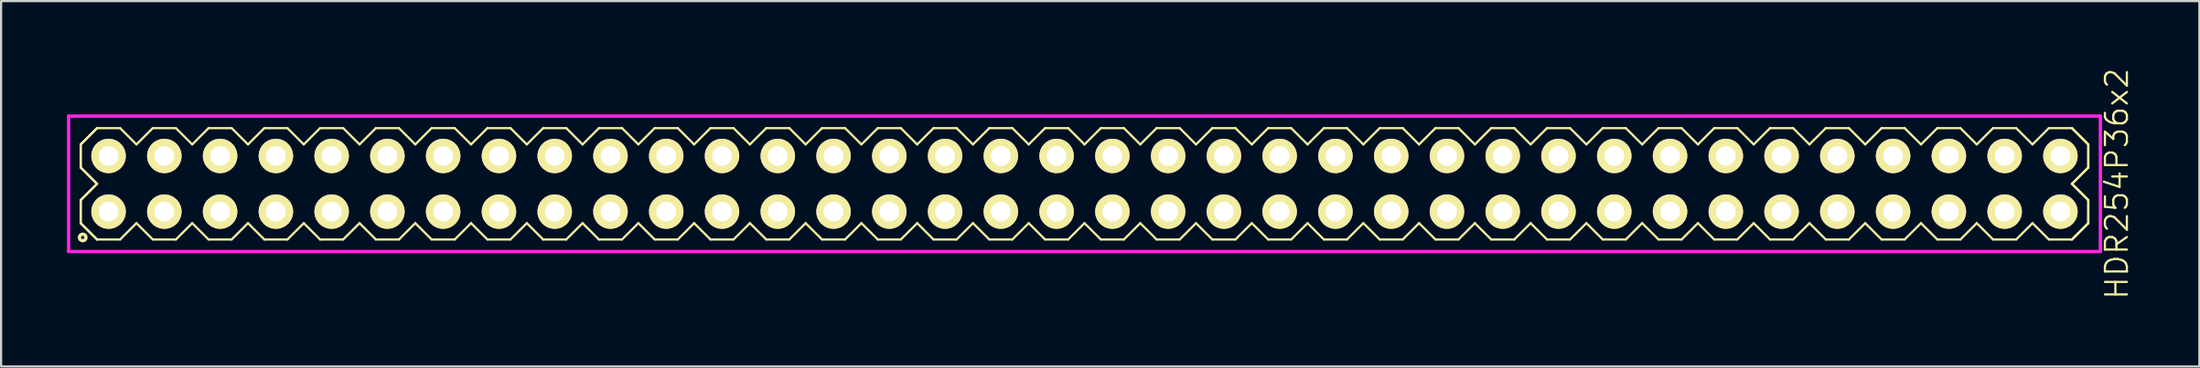
<source format=kicad_pcb>
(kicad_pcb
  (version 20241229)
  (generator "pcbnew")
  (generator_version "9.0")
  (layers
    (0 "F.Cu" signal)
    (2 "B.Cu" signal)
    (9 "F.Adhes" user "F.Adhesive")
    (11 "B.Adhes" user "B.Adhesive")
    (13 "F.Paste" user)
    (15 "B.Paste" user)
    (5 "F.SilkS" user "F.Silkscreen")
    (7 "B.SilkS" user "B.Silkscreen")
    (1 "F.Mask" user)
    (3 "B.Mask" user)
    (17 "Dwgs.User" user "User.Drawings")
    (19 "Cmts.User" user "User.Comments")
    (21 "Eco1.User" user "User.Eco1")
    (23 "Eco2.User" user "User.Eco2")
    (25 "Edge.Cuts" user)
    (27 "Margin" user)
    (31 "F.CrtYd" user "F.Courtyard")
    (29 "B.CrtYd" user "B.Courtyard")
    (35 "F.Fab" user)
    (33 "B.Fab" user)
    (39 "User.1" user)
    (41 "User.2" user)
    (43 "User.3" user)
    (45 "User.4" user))
  (footprint "HDR254P36x2"
    (layer "F.Cu")
    (at 46.345 5.336)
    (property "Reference" "HDR254P36x2" (at 47.02 0 90) (layer "F.SilkS") (effects (font (size 1 1) (thickness 0.1))))
    (attr through_hole)
    (fp_line (start -45.72 -1.796) (end -44.976 -2.54) (stroke (width 0.1) (type solid)) (layer "F.SilkS"))
    (fp_line (start -45.72 -1.796) (end -44.976 -2.54) (stroke (width 0.1) (type solid)) (layer "F.SilkS"))
    (fp_line (start -45.72 -0.744) (end -45.72 -1.796) (stroke (width 0.1) (type solid)) (layer "F.SilkS"))
    (fp_line (start -45.72 -0.744) (end -45.72 -1.796) (stroke (width 0.1) (type solid)) (layer "F.SilkS"))
    (fp_line (start -45.72 0.744) (end -44.976 0) (stroke (width 0.1) (type solid)) (layer "F.SilkS"))
    (fp_line (start -45.72 0.744) (end -44.976 0) (stroke (width 0.1) (type solid)) (layer "F.SilkS"))
    (fp_line (start -45.72 1.796) (end -45.72 0.744) (stroke (width 0.1) (type solid)) (layer "F.SilkS"))
    (fp_line (start -45.72 1.796) (end -45.72 0.744) (stroke (width 0.1) (type solid)) (layer "F.SilkS"))
    (fp_line (start -44.976 -2.54) (end -43.924 -2.54) (stroke (width 0.1) (type solid)) (layer "F.SilkS"))
    (fp_line (start -44.976 0) (end -45.72 -0.744) (stroke (width 0.1) (type solid)) (layer "F.SilkS"))
    (fp_line (start -44.976 0) (end -45.72 -0.744) (stroke (width 0.1) (type solid)) (layer "F.SilkS"))
    (fp_line (start -44.976 2.54) (end -45.72 1.796) (stroke (width 0.1) (type solid)) (layer "F.SilkS"))
    (fp_line (start -44.976 2.54) (end -45.72 1.796) (stroke (width 0.1) (type solid)) (layer "F.SilkS"))
    (fp_line (start -43.924 -2.54) (end -43.18 -1.796) (stroke (width 0.1) (type solid)) (layer "F.SilkS"))
    (fp_line (start -43.924 2.54) (end -44.976 2.54) (stroke (width 0.1) (type solid)) (layer "F.SilkS"))
    (fp_line (start -43.18 -1.796) (end -42.436 -2.54) (stroke (width 0.1) (type solid)) (layer "F.SilkS"))
    (fp_line (start -43.18 1.796) (end -43.924 2.54) (stroke (width 0.1) (type solid)) (layer "F.SilkS"))
    (fp_line (start -42.436 -2.54) (end -41.384 -2.54) (stroke (width 0.1) (type solid)) (layer "F.SilkS"))
    (fp_line (start -42.436 2.54) (end -43.18 1.796) (stroke (width 0.1) (type solid)) (layer "F.SilkS"))
    (fp_line (start -41.384 -2.54) (end -40.64 -1.796) (stroke (width 0.1) (type solid)) (layer "F.SilkS"))
    (fp_line (start -41.384 2.54) (end -42.436 2.54) (stroke (width 0.1) (type solid)) (layer "F.SilkS"))
    (fp_line (start -40.64 -1.796) (end -39.896 -2.54) (stroke (width 0.1) (type solid)) (layer "F.SilkS"))
    (fp_line (start -40.64 1.796) (end -41.384 2.54) (stroke (width 0.1) (type solid)) (layer "F.SilkS"))
    (fp_line (start -39.896 -2.54) (end -38.844 -2.54) (stroke (width 0.1) (type solid)) (layer "F.SilkS"))
    (fp_line (start -39.896 2.54) (end -40.64 1.796) (stroke (width 0.1) (type solid)) (layer "F.SilkS"))
    (fp_line (start -38.844 -2.54) (end -38.1 -1.796) (stroke (width 0.1) (type solid)) (layer "F.SilkS"))
    (fp_line (start -38.844 2.54) (end -39.896 2.54) (stroke (width 0.1) (type solid)) (layer "F.SilkS"))
    (fp_line (start -38.1 -1.796) (end -37.356 -2.54) (stroke (width 0.1) (type solid)) (layer "F.SilkS"))
    (fp_line (start -38.1 1.796) (end -38.844 2.54) (stroke (width 0.1) (type solid)) (layer "F.SilkS"))
    (fp_line (start -37.356 -2.54) (end -36.304 -2.54) (stroke (width 0.1) (type solid)) (layer "F.SilkS"))
    (fp_line (start -37.356 2.54) (end -38.1 1.796) (stroke (width 0.1) (type solid)) (layer "F.SilkS"))
    (fp_line (start -36.304 -2.54) (end -35.56 -1.796) (stroke (width 0.1) (type solid)) (layer "F.SilkS"))
    (fp_line (start -36.304 2.54) (end -37.356 2.54) (stroke (width 0.1) (type solid)) (layer "F.SilkS"))
    (fp_line (start -35.56 -1.796) (end -34.816 -2.54) (stroke (width 0.1) (type solid)) (layer "F.SilkS"))
    (fp_line (start -35.56 1.796) (end -36.304 2.54) (stroke (width 0.1) (type solid)) (layer "F.SilkS"))
    (fp_line (start -34.816 -2.54) (end -33.764 -2.54) (stroke (width 0.1) (type solid)) (layer "F.SilkS"))
    (fp_line (start -34.816 2.54) (end -35.56 1.796) (stroke (width 0.1) (type solid)) (layer "F.SilkS"))
    (fp_line (start -33.764 -2.54) (end -33.02 -1.796) (stroke (width 0.1) (type solid)) (layer "F.SilkS"))
    (fp_line (start -33.764 2.54) (end -34.816 2.54) (stroke (width 0.1) (type solid)) (layer "F.SilkS"))
    (fp_line (start -33.02 -1.796) (end -32.276 -2.54) (stroke (width 0.1) (type solid)) (layer "F.SilkS"))
    (fp_line (start -33.02 1.796) (end -33.764 2.54) (stroke (width 0.1) (type solid)) (layer "F.SilkS"))
    (fp_line (start -32.276 -2.54) (end -31.224 -2.54) (stroke (width 0.1) (type solid)) (layer "F.SilkS"))
    (fp_line (start -32.276 2.54) (end -33.02 1.796) (stroke (width 0.1) (type solid)) (layer "F.SilkS"))
    (fp_line (start -31.224 -2.54) (end -30.48 -1.796) (stroke (width 0.1) (type solid)) (layer "F.SilkS"))
    (fp_line (start -31.224 2.54) (end -32.276 2.54) (stroke (width 0.1) (type solid)) (layer "F.SilkS"))
    (fp_line (start -30.48 -1.796) (end -29.736 -2.54) (stroke (width 0.1) (type solid)) (layer "F.SilkS"))
    (fp_line (start -30.48 1.796) (end -31.224 2.54) (stroke (width 0.1) (type solid)) (layer "F.SilkS"))
    (fp_line (start -29.736 -2.54) (end -28.684 -2.54) (stroke (width 0.1) (type solid)) (layer "F.SilkS"))
    (fp_line (start -29.736 2.54) (end -30.48 1.796) (stroke (width 0.1) (type solid)) (layer "F.SilkS"))
    (fp_line (start -28.684 -2.54) (end -27.94 -1.796) (stroke (width 0.1) (type solid)) (layer "F.SilkS"))
    (fp_line (start -28.684 2.54) (end -29.736 2.54) (stroke (width 0.1) (type solid)) (layer "F.SilkS"))
    (fp_line (start -27.94 -1.796) (end -27.196 -2.54) (stroke (width 0.1) (type solid)) (layer "F.SilkS"))
    (fp_line (start -27.94 1.796) (end -28.684 2.54) (stroke (width 0.1) (type solid)) (layer "F.SilkS"))
    (fp_line (start -27.196 -2.54) (end -26.144 -2.54) (stroke (width 0.1) (type solid)) (layer "F.SilkS"))
    (fp_line (start -27.196 2.54) (end -27.94 1.796) (stroke (width 0.1) (type solid)) (layer "F.SilkS"))
    (fp_line (start -26.144 -2.54) (end -25.4 -1.796) (stroke (width 0.1) (type solid)) (layer "F.SilkS"))
    (fp_line (start -26.144 2.54) (end -27.196 2.54) (stroke (width 0.1) (type solid)) (layer "F.SilkS"))
    (fp_line (start -25.4 -1.796) (end -24.656 -2.54) (stroke (width 0.1) (type solid)) (layer "F.SilkS"))
    (fp_line (start -25.4 1.796) (end -26.144 2.54) (stroke (width 0.1) (type solid)) (layer "F.SilkS"))
    (fp_line (start -24.656 -2.54) (end -23.604 -2.54) (stroke (width 0.1) (type solid)) (layer "F.SilkS"))
    (fp_line (start -24.656 2.54) (end -25.4 1.796) (stroke (width 0.1) (type solid)) (layer "F.SilkS"))
    (fp_line (start -23.604 -2.54) (end -22.86 -1.796) (stroke (width 0.1) (type solid)) (layer "F.SilkS"))
    (fp_line (start -23.604 2.54) (end -24.656 2.54) (stroke (width 0.1) (type solid)) (layer "F.SilkS"))
    (fp_line (start -22.86 -1.796) (end -22.116 -2.54) (stroke (width 0.1) (type solid)) (layer "F.SilkS"))
    (fp_line (start -22.86 1.796) (end -23.604 2.54) (stroke (width 0.1) (type solid)) (layer "F.SilkS"))
    (fp_line (start -22.116 -2.54) (end -21.064 -2.54) (stroke (width 0.1) (type solid)) (layer "F.SilkS"))
    (fp_line (start -22.116 2.54) (end -22.86 1.796) (stroke (width 0.1) (type solid)) (layer "F.SilkS"))
    (fp_line (start -21.064 -2.54) (end -20.32 -1.796) (stroke (width 0.1) (type solid)) (layer "F.SilkS"))
    (fp_line (start -21.064 2.54) (end -22.116 2.54) (stroke (width 0.1) (type solid)) (layer "F.SilkS"))
    (fp_line (start -20.32 -1.796) (end -19.576 -2.54) (stroke (width 0.1) (type solid)) (layer "F.SilkS"))
    (fp_line (start -20.32 1.796) (end -21.064 2.54) (stroke (width 0.1) (type solid)) (layer "F.SilkS"))
    (fp_line (start -19.576 -2.54) (end -18.524 -2.54) (stroke (width 0.1) (type solid)) (layer "F.SilkS"))
    (fp_line (start -19.576 2.54) (end -20.32 1.796) (stroke (width 0.1) (type solid)) (layer "F.SilkS"))
    (fp_line (start -18.524 -2.54) (end -17.78 -1.796) (stroke (width 0.1) (type solid)) (layer "F.SilkS"))
    (fp_line (start -18.524 2.54) (end -19.576 2.54) (stroke (width 0.1) (type solid)) (layer "F.SilkS"))
    (fp_line (start -17.78 -1.796) (end -17.036 -2.54) (stroke (width 0.1) (type solid)) (layer "F.SilkS"))
    (fp_line (start -17.78 1.796) (end -18.524 2.54) (stroke (width 0.1) (type solid)) (layer "F.SilkS"))
    (fp_line (start -17.036 -2.54) (end -15.984 -2.54) (stroke (width 0.1) (type solid)) (layer "F.SilkS"))
    (fp_line (start -17.036 2.54) (end -17.78 1.796) (stroke (width 0.1) (type solid)) (layer "F.SilkS"))
    (fp_line (start -15.984 -2.54) (end -15.24 -1.796) (stroke (width 0.1) (type solid)) (layer "F.SilkS"))
    (fp_line (start -15.984 2.54) (end -17.036 2.54) (stroke (width 0.1) (type solid)) (layer "F.SilkS"))
    (fp_line (start -15.24 -1.796) (end -14.496 -2.54) (stroke (width 0.1) (type solid)) (layer "F.SilkS"))
    (fp_line (start -15.24 1.796) (end -15.984 2.54) (stroke (width 0.1) (type solid)) (layer "F.SilkS"))
    (fp_line (start -14.496 -2.54) (end -13.444 -2.54) (stroke (width 0.1) (type solid)) (layer "F.SilkS"))
    (fp_line (start -14.496 2.54) (end -15.24 1.796) (stroke (width 0.1) (type solid)) (layer "F.SilkS"))
    (fp_line (start -13.444 -2.54) (end -12.7 -1.796) (stroke (width 0.1) (type solid)) (layer "F.SilkS"))
    (fp_line (start -13.444 2.54) (end -14.496 2.54) (stroke (width 0.1) (type solid)) (layer "F.SilkS"))
    (fp_line (start -12.7 -1.796) (end -11.956 -2.54) (stroke (width 0.1) (type solid)) (layer "F.SilkS"))
    (fp_line (start -12.7 1.796) (end -13.444 2.54) (stroke (width 0.1) (type solid)) (layer "F.SilkS"))
    (fp_line (start -11.956 -2.54) (end -10.904 -2.54) (stroke (width 0.1) (type solid)) (layer "F.SilkS"))
    (fp_line (start -11.956 2.54) (end -12.7 1.796) (stroke (width 0.1) (type solid)) (layer "F.SilkS"))
    (fp_line (start -10.904 -2.54) (end -10.16 -1.796) (stroke (width 0.1) (type solid)) (layer "F.SilkS"))
    (fp_line (start -10.904 2.54) (end -11.956 2.54) (stroke (width 0.1) (type solid)) (layer "F.SilkS"))
    (fp_line (start -10.16 -1.796) (end -9.416 -2.54) (stroke (width 0.1) (type solid)) (layer "F.SilkS"))
    (fp_line (start -10.16 1.796) (end -10.904 2.54) (stroke (width 0.1) (type solid)) (layer "F.SilkS"))
    (fp_line (start -9.416 -2.54) (end -8.364 -2.54) (stroke (width 0.1) (type solid)) (layer "F.SilkS"))
    (fp_line (start -9.416 2.54) (end -10.16 1.796) (stroke (width 0.1) (type solid)) (layer "F.SilkS"))
    (fp_line (start -8.364 -2.54) (end -7.62 -1.796) (stroke (width 0.1) (type solid)) (layer "F.SilkS"))
    (fp_line (start -8.364 2.54) (end -9.416 2.54) (stroke (width 0.1) (type solid)) (layer "F.SilkS"))
    (fp_line (start -7.62 -1.796) (end -6.876 -2.54) (stroke (width 0.1) (type solid)) (layer "F.SilkS"))
    (fp_line (start -7.62 1.796) (end -8.364 2.54) (stroke (width 0.1) (type solid)) (layer "F.SilkS"))
    (fp_line (start -6.876 -2.54) (end -5.824 -2.54) (stroke (width 0.1) (type solid)) (layer "F.SilkS"))
    (fp_line (start -6.876 2.54) (end -7.62 1.796) (stroke (width 0.1) (type solid)) (layer "F.SilkS"))
    (fp_line (start -5.824 -2.54) (end -5.08 -1.796) (stroke (width 0.1) (type solid)) (layer "F.SilkS"))
    (fp_line (start -5.824 2.54) (end -6.876 2.54) (stroke (width 0.1) (type solid)) (layer "F.SilkS"))
    (fp_line (start -5.08 -1.796) (end -4.336 -2.54) (stroke (width 0.1) (type solid)) (layer "F.SilkS"))
    (fp_line (start -5.08 1.796) (end -5.824 2.54) (stroke (width 0.1) (type solid)) (layer "F.SilkS"))
    (fp_line (start -4.336 -2.54) (end -3.284 -2.54) (stroke (width 0.1) (type solid)) (layer "F.SilkS"))
    (fp_line (start -4.336 2.54) (end -5.08 1.796) (stroke (width 0.1) (type solid)) (layer "F.SilkS"))
    (fp_line (start -3.284 -2.54) (end -2.54 -1.796) (stroke (width 0.1) (type solid)) (layer "F.SilkS"))
    (fp_line (start -3.284 2.54) (end -4.336 2.54) (stroke (width 0.1) (type solid)) (layer "F.SilkS"))
    (fp_line (start -2.54 -1.796) (end -1.796 -2.54) (stroke (width 0.1) (type solid)) (layer "F.SilkS"))
    (fp_line (start -2.54 1.796) (end -3.284 2.54) (stroke (width 0.1) (type solid)) (layer "F.SilkS"))
    (fp_line (start -1.796 -2.54) (end -0.744 -2.54) (stroke (width 0.1) (type solid)) (layer "F.SilkS"))
    (fp_line (start -1.796 2.54) (end -2.54 1.796) (stroke (width 0.1) (type solid)) (layer "F.SilkS"))
    (fp_line (start -0.744 -2.54) (end 0 -1.796) (stroke (width 0.1) (type solid)) (layer "F.SilkS"))
    (fp_line (start -0.744 2.54) (end -1.796 2.54) (stroke (width 0.1) (type solid)) (layer "F.SilkS"))
    (fp_line (start 0 -1.796) (end 0.744 -2.54) (stroke (width 0.1) (type solid)) (layer "F.SilkS"))
    (fp_line (start 0 1.796) (end -0.744 2.54) (stroke (width 0.1) (type solid)) (layer "F.SilkS"))
    (fp_line (start 0.744 -2.54) (end 1.796 -2.54) (stroke (width 0.1) (type solid)) (layer "F.SilkS"))
    (fp_line (start 0.744 2.54) (end 0 1.796) (stroke (width 0.1) (type solid)) (layer "F.SilkS"))
    (fp_line (start 1.796 -2.54) (end 2.54 -1.796) (stroke (width 0.1) (type solid)) (layer "F.SilkS"))
    (fp_line (start 1.796 2.54) (end 0.744 2.54) (stroke (width 0.1) (type solid)) (layer "F.SilkS"))
    (fp_line (start 2.54 -1.796) (end 3.284 -2.54) (stroke (width 0.1) (type solid)) (layer "F.SilkS"))
    (fp_line (start 2.54 1.796) (end 1.796 2.54) (stroke (width 0.1) (type solid)) (layer "F.SilkS"))
    (fp_line (start 3.284 -2.54) (end 4.336 -2.54) (stroke (width 0.1) (type solid)) (layer "F.SilkS"))
    (fp_line (start 3.284 2.54) (end 2.54 1.796) (stroke (width 0.1) (type solid)) (layer "F.SilkS"))
    (fp_line (start 4.336 -2.54) (end 5.08 -1.796) (stroke (width 0.1) (type solid)) (layer "F.SilkS"))
    (fp_line (start 4.336 2.54) (end 3.284 2.54) (stroke (width 0.1) (type solid)) (layer "F.SilkS"))
    (fp_line (start 5.08 -1.796) (end 5.824 -2.54) (stroke (width 0.1) (type solid)) (layer "F.SilkS"))
    (fp_line (start 5.08 1.796) (end 4.336 2.54) (stroke (width 0.1) (type solid)) (layer "F.SilkS"))
    (fp_line (start 5.824 -2.54) (end 6.876 -2.54) (stroke (width 0.1) (type solid)) (layer "F.SilkS"))
    (fp_line (start 5.824 2.54) (end 5.08 1.796) (stroke (width 0.1) (type solid)) (layer "F.SilkS"))
    (fp_line (start 6.876 -2.54) (end 7.62 -1.796) (stroke (width 0.1) (type solid)) (layer "F.SilkS"))
    (fp_line (start 6.876 2.54) (end 5.824 2.54) (stroke (width 0.1) (type solid)) (layer "F.SilkS"))
    (fp_line (start 7.62 -1.796) (end 8.364 -2.54) (stroke (width 0.1) (type solid)) (layer "F.SilkS"))
    (fp_line (start 7.62 1.796) (end 6.876 2.54) (stroke (width 0.1) (type solid)) (layer "F.SilkS"))
    (fp_line (start 8.364 -2.54) (end 9.416 -2.54) (stroke (width 0.1) (type solid)) (layer "F.SilkS"))
    (fp_line (start 8.364 2.54) (end 7.62 1.796) (stroke (width 0.1) (type solid)) (layer "F.SilkS"))
    (fp_line (start 9.416 -2.54) (end 10.16 -1.796) (stroke (width 0.1) (type solid)) (layer "F.SilkS"))
    (fp_line (start 9.416 2.54) (end 8.364 2.54) (stroke (width 0.1) (type solid)) (layer "F.SilkS"))
    (fp_line (start 10.16 -1.796) (end 10.904 -2.54) (stroke (width 0.1) (type solid)) (layer "F.SilkS"))
    (fp_line (start 10.16 1.796) (end 9.416 2.54) (stroke (width 0.1) (type solid)) (layer "F.SilkS"))
    (fp_line (start 10.904 -2.54) (end 11.956 -2.54) (stroke (width 0.1) (type solid)) (layer "F.SilkS"))
    (fp_line (start 10.904 2.54) (end 10.16 1.796) (stroke (width 0.1) (type solid)) (layer "F.SilkS"))
    (fp_line (start 11.956 -2.54) (end 12.7 -1.796) (stroke (width 0.1) (type solid)) (layer "F.SilkS"))
    (fp_line (start 11.956 2.54) (end 10.904 2.54) (stroke (width 0.1) (type solid)) (layer "F.SilkS"))
    (fp_line (start 12.7 -1.796) (end 13.444 -2.54) (stroke (width 0.1) (type solid)) (layer "F.SilkS"))
    (fp_line (start 12.7 1.796) (end 11.956 2.54) (stroke (width 0.1) (type solid)) (layer "F.SilkS"))
    (fp_line (start 13.444 -2.54) (end 14.496 -2.54) (stroke (width 0.1) (type solid)) (layer "F.SilkS"))
    (fp_line (start 13.444 2.54) (end 12.7 1.796) (stroke (width 0.1) (type solid)) (layer "F.SilkS"))
    (fp_line (start 14.496 -2.54) (end 15.24 -1.796) (stroke (width 0.1) (type solid)) (layer "F.SilkS"))
    (fp_line (start 14.496 2.54) (end 13.444 2.54) (stroke (width 0.1) (type solid)) (layer "F.SilkS"))
    (fp_line (start 15.24 -1.796) (end 15.984 -2.54) (stroke (width 0.1) (type solid)) (layer "F.SilkS"))
    (fp_line (start 15.24 1.796) (end 14.496 2.54) (stroke (width 0.1) (type solid)) (layer "F.SilkS"))
    (fp_line (start 15.984 -2.54) (end 17.036 -2.54) (stroke (width 0.1) (type solid)) (layer "F.SilkS"))
    (fp_line (start 15.984 2.54) (end 15.24 1.796) (stroke (width 0.1) (type solid)) (layer "F.SilkS"))
    (fp_line (start 17.036 -2.54) (end 17.78 -1.796) (stroke (width 0.1) (type solid)) (layer "F.SilkS"))
    (fp_line (start 17.036 2.54) (end 15.984 2.54) (stroke (width 0.1) (type solid)) (layer "F.SilkS"))
    (fp_line (start 17.78 -1.796) (end 18.524 -2.54) (stroke (width 0.1) (type solid)) (layer "F.SilkS"))
    (fp_line (start 17.78 1.796) (end 17.036 2.54) (stroke (width 0.1) (type solid)) (layer "F.SilkS"))
    (fp_line (start 18.524 -2.54) (end 19.576 -2.54) (stroke (width 0.1) (type solid)) (layer "F.SilkS"))
    (fp_line (start 18.524 2.54) (end 17.78 1.796) (stroke (width 0.1) (type solid)) (layer "F.SilkS"))
    (fp_line (start 19.576 -2.54) (end 20.32 -1.796) (stroke (width 0.1) (type solid)) (layer "F.SilkS"))
    (fp_line (start 19.576 2.54) (end 18.524 2.54) (stroke (width 0.1) (type solid)) (layer "F.SilkS"))
    (fp_line (start 20.32 -1.796) (end 21.064 -2.54) (stroke (width 0.1) (type solid)) (layer "F.SilkS"))
    (fp_line (start 20.32 1.796) (end 19.576 2.54) (stroke (width 0.1) (type solid)) (layer "F.SilkS"))
    (fp_line (start 21.064 -2.54) (end 22.116 -2.54) (stroke (width 0.1) (type solid)) (layer "F.SilkS"))
    (fp_line (start 21.064 2.54) (end 20.32 1.796) (stroke (width 0.1) (type solid)) (layer "F.SilkS"))
    (fp_line (start 22.116 -2.54) (end 22.86 -1.796) (stroke (width 0.1) (type solid)) (layer "F.SilkS"))
    (fp_line (start 22.116 2.54) (end 21.064 2.54) (stroke (width 0.1) (type solid)) (layer "F.SilkS"))
    (fp_line (start 22.86 -1.796) (end 23.604 -2.54) (stroke (width 0.1) (type solid)) (layer "F.SilkS"))
    (fp_line (start 22.86 1.796) (end 22.116 2.54) (stroke (width 0.1) (type solid)) (layer "F.SilkS"))
    (fp_line (start 23.604 -2.54) (end 24.656 -2.54) (stroke (width 0.1) (type solid)) (layer "F.SilkS"))
    (fp_line (start 23.604 2.54) (end 22.86 1.796) (stroke (width 0.1) (type solid)) (layer "F.SilkS"))
    (fp_line (start 24.656 -2.54) (end 25.4 -1.796) (stroke (width 0.1) (type solid)) (layer "F.SilkS"))
    (fp_line (start 24.656 2.54) (end 23.604 2.54) (stroke (width 0.1) (type solid)) (layer "F.SilkS"))
    (fp_line (start 25.4 -1.796) (end 26.144 -2.54) (stroke (width 0.1) (type solid)) (layer "F.SilkS"))
    (fp_line (start 25.4 1.796) (end 24.656 2.54) (stroke (width 0.1) (type solid)) (layer "F.SilkS"))
    (fp_line (start 26.144 -2.54) (end 27.196 -2.54) (stroke (width 0.1) (type solid)) (layer "F.SilkS"))
    (fp_line (start 26.144 2.54) (end 25.4 1.796) (stroke (width 0.1) (type solid)) (layer "F.SilkS"))
    (fp_line (start 27.196 -2.54) (end 27.94 -1.796) (stroke (width 0.1) (type solid)) (layer "F.SilkS"))
    (fp_line (start 27.196 2.54) (end 26.144 2.54) (stroke (width 0.1) (type solid)) (layer "F.SilkS"))
    (fp_line (start 27.94 -1.796) (end 28.684 -2.54) (stroke (width 0.1) (type solid)) (layer "F.SilkS"))
    (fp_line (start 27.94 1.796) (end 27.196 2.54) (stroke (width 0.1) (type solid)) (layer "F.SilkS"))
    (fp_line (start 28.684 -2.54) (end 29.736 -2.54) (stroke (width 0.1) (type solid)) (layer "F.SilkS"))
    (fp_line (start 28.684 2.54) (end 27.94 1.796) (stroke (width 0.1) (type solid)) (layer "F.SilkS"))
    (fp_line (start 29.736 -2.54) (end 30.48 -1.796) (stroke (width 0.1) (type solid)) (layer "F.SilkS"))
    (fp_line (start 29.736 2.54) (end 28.684 2.54) (stroke (width 0.1) (type solid)) (layer "F.SilkS"))
    (fp_line (start 30.48 -1.796) (end 31.224 -2.54) (stroke (width 0.1) (type solid)) (layer "F.SilkS"))
    (fp_line (start 30.48 1.796) (end 29.736 2.54) (stroke (width 0.1) (type solid)) (layer "F.SilkS"))
    (fp_line (start 31.224 -2.54) (end 32.276 -2.54) (stroke (width 0.1) (type solid)) (layer "F.SilkS"))
    (fp_line (start 31.224 2.54) (end 30.48 1.796) (stroke (width 0.1) (type solid)) (layer "F.SilkS"))
    (fp_line (start 32.276 -2.54) (end 33.02 -1.796) (stroke (width 0.1) (type solid)) (layer "F.SilkS"))
    (fp_line (start 32.276 2.54) (end 31.224 2.54) (stroke (width 0.1) (type solid)) (layer "F.SilkS"))
    (fp_line (start 33.02 -1.796) (end 33.764 -2.54) (stroke (width 0.1) (type solid)) (layer "F.SilkS"))
    (fp_line (start 33.02 1.796) (end 32.276 2.54) (stroke (width 0.1) (type solid)) (layer "F.SilkS"))
    (fp_line (start 33.764 -2.54) (end 34.816 -2.54) (stroke (width 0.1) (type solid)) (layer "F.SilkS"))
    (fp_line (start 33.764 2.54) (end 33.02 1.796) (stroke (width 0.1) (type solid)) (layer "F.SilkS"))
    (fp_line (start 34.816 -2.54) (end 35.56 -1.796) (stroke (width 0.1) (type solid)) (layer "F.SilkS"))
    (fp_line (start 34.816 2.54) (end 33.764 2.54) (stroke (width 0.1) (type solid)) (layer "F.SilkS"))
    (fp_line (start 35.56 -1.796) (end 36.304 -2.54) (stroke (width 0.1) (type solid)) (layer "F.SilkS"))
    (fp_line (start 35.56 1.796) (end 34.816 2.54) (stroke (width 0.1) (type solid)) (layer "F.SilkS"))
    (fp_line (start 36.304 -2.54) (end 37.356 -2.54) (stroke (width 0.1) (type solid)) (layer "F.SilkS"))
    (fp_line (start 36.304 2.54) (end 35.56 1.796) (stroke (width 0.1) (type solid)) (layer "F.SilkS"))
    (fp_line (start 37.356 -2.54) (end 38.1 -1.796) (stroke (width 0.1) (type solid)) (layer "F.SilkS"))
    (fp_line (start 37.356 2.54) (end 36.304 2.54) (stroke (width 0.1) (type solid)) (layer "F.SilkS"))
    (fp_line (start 38.1 -1.796) (end 38.844 -2.54) (stroke (width 0.1) (type solid)) (layer "F.SilkS"))
    (fp_line (start 38.1 1.796) (end 37.356 2.54) (stroke (width 0.1) (type solid)) (layer "F.SilkS"))
    (fp_line (start 38.844 -2.54) (end 39.896 -2.54) (stroke (width 0.1) (type solid)) (layer "F.SilkS"))
    (fp_line (start 38.844 2.54) (end 38.1 1.796) (stroke (width 0.1) (type solid)) (layer "F.SilkS"))
    (fp_line (start 39.896 -2.54) (end 40.64 -1.796) (stroke (width 0.1) (type solid)) (layer "F.SilkS"))
    (fp_line (start 39.896 2.54) (end 38.844 2.54) (stroke (width 0.1) (type solid)) (layer "F.SilkS"))
    (fp_line (start 40.64 -1.796) (end 41.384 -2.54) (stroke (width 0.1) (type solid)) (layer "F.SilkS"))
    (fp_line (start 40.64 1.796) (end 39.896 2.54) (stroke (width 0.1) (type solid)) (layer "F.SilkS"))
    (fp_line (start 41.384 -2.54) (end 42.436 -2.54) (stroke (width 0.1) (type solid)) (layer "F.SilkS"))
    (fp_line (start 41.384 2.54) (end 40.64 1.796) (stroke (width 0.1) (type solid)) (layer "F.SilkS"))
    (fp_line (start 42.436 -2.54) (end 43.18 -1.796) (stroke (width 0.1) (type solid)) (layer "F.SilkS"))
    (fp_line (start 42.436 2.54) (end 41.384 2.54) (stroke (width 0.1) (type solid)) (layer "F.SilkS"))
    (fp_line (start 43.18 -1.796) (end 43.924 -2.54) (stroke (width 0.1) (type solid)) (layer "F.SilkS"))
    (fp_line (start 43.18 1.796) (end 42.436 2.54) (stroke (width 0.1) (type solid)) (layer "F.SilkS"))
    (fp_line (start 43.924 -2.54) (end 44.976 -2.54) (stroke (width 0.1) (type solid)) (layer "F.SilkS"))
    (fp_line (start 43.924 2.54) (end 43.18 1.796) (stroke (width 0.1) (type solid)) (layer "F.SilkS"))
    (fp_line (start 44.976 -2.54) (end 45.72 -1.796) (stroke (width 0.1) (type solid)) (layer "F.SilkS"))
    (fp_line (start 44.976 -2.54) (end 45.72 -1.796) (stroke (width 0.1) (type solid)) (layer "F.SilkS"))
    (fp_line (start 44.976 0) (end 45.72 0.744) (stroke (width 0.1) (type solid)) (layer "F.SilkS"))
    (fp_line (start 44.976 0) (end 45.72 0.744) (stroke (width 0.1) (type solid)) (layer "F.SilkS"))
    (fp_line (start 44.976 2.54) (end 43.924 2.54) (stroke (width 0.1) (type solid)) (layer "F.SilkS"))
    (fp_line (start 45.72 -1.796) (end 45.72 -0.744) (stroke (width 0.1) (type solid)) (layer "F.SilkS"))
    (fp_line (start 45.72 -1.796) (end 45.72 -0.744) (stroke (width 0.1) (type solid)) (layer "F.SilkS"))
    (fp_line (start 45.72 -0.744) (end 44.976 0) (stroke (width 0.1) (type solid)) (layer "F.SilkS"))
    (fp_line (start 45.72 -0.744) (end 44.976 0) (stroke (width 0.1) (type solid)) (layer "F.SilkS"))
    (fp_line (start 45.72 0.744) (end 45.72 1.796) (stroke (width 0.1) (type solid)) (layer "F.SilkS"))
    (fp_line (start 45.72 0.744) (end 45.72 1.796) (stroke (width 0.1) (type solid)) (layer "F.SilkS"))
    (fp_line (start 45.72 1.796) (end 44.976 2.54) (stroke (width 0.1) (type solid)) (layer "F.SilkS"))
    (fp_line (start 45.72 1.796) (end 44.976 2.54) (stroke (width 0.1) (type solid)) (layer "F.SilkS"))
    (fp_circle (center -45.628 2.448) (end -45.478 2.448) (stroke (width 0.15) (type solid)) (fill no) (layer "F.SilkS"))
    (fp_line (start -46.27 -3.09) (end -46.27 3.09) (stroke (width 0.15) (type solid)) (layer "F.CrtYd"))
    (fp_line (start -46.27 3.09) (end 46.27 3.09) (stroke (width 0.15) (type solid)) (layer "F.CrtYd"))
    (fp_line (start 46.27 -3.09) (end -46.27 -3.09) (stroke (width 0.15) (type solid)) (layer "F.CrtYd"))
    (fp_line (start 46.27 3.09) (end 46.27 -3.09) (stroke (width 0.15) (type solid)) (layer "F.CrtYd"))
    (pad "1" thru_hole oval (at -44.45 1.27) (size 1.57 1.57) (drill 0.9) (layers "*.Cu" "*.Mask" "F.SilkS"))
    (pad "2" thru_hole oval (at -44.45 -1.27) (size 1.57 1.57) (drill 0.9) (layers "*.Cu" "*.Mask" "F.SilkS"))
    (pad "3" thru_hole oval (at -41.91 1.27) (size 1.57 1.57) (drill 0.9) (layers "*.Cu" "*.Mask" "F.SilkS"))
    (pad "4" thru_hole oval (at -41.91 -1.27) (size 1.57 1.57) (drill 0.9) (layers "*.Cu" "*.Mask" "F.SilkS"))
    (pad "5" thru_hole oval (at -39.37 1.27) (size 1.57 1.57) (drill 0.9) (layers "*.Cu" "*.Mask" "F.SilkS"))
    (pad "6" thru_hole oval (at -39.37 -1.27) (size 1.57 1.57) (drill 0.9) (layers "*.Cu" "*.Mask" "F.SilkS"))
    (pad "7" thru_hole oval (at -36.83 1.27) (size 1.57 1.57) (drill 0.9) (layers "*.Cu" "*.Mask" "F.SilkS"))
    (pad "8" thru_hole oval (at -36.83 -1.27) (size 1.57 1.57) (drill 0.9) (layers "*.Cu" "*.Mask" "F.SilkS"))
    (pad "9" thru_hole oval (at -34.29 1.27) (size 1.57 1.57) (drill 0.9) (layers "*.Cu" "*.Mask" "F.SilkS"))
    (pad "10" thru_hole oval (at -34.29 -1.27) (size 1.57 1.57) (drill 0.9) (layers "*.Cu" "*.Mask" "F.SilkS"))
    (pad "11" thru_hole oval (at -31.75 1.27) (size 1.57 1.57) (drill 0.9) (layers "*.Cu" "*.Mask" "F.SilkS"))
    (pad "12" thru_hole oval (at -31.75 -1.27) (size 1.57 1.57) (drill 0.9) (layers "*.Cu" "*.Mask" "F.SilkS"))
    (pad "13" thru_hole oval (at -29.21 1.27) (size 1.57 1.57) (drill 0.9) (layers "*.Cu" "*.Mask" "F.SilkS"))
    (pad "14" thru_hole oval (at -29.21 -1.27) (size 1.57 1.57) (drill 0.9) (layers "*.Cu" "*.Mask" "F.SilkS"))
    (pad "15" thru_hole oval (at -26.67 1.27) (size 1.57 1.57) (drill 0.9) (layers "*.Cu" "*.Mask" "F.SilkS"))
    (pad "16" thru_hole oval (at -26.67 -1.27) (size 1.57 1.57) (drill 0.9) (layers "*.Cu" "*.Mask" "F.SilkS"))
    (pad "17" thru_hole oval (at -24.13 1.27) (size 1.57 1.57) (drill 0.9) (layers "*.Cu" "*.Mask" "F.SilkS"))
    (pad "18" thru_hole oval (at -24.13 -1.27) (size 1.57 1.57) (drill 0.9) (layers "*.Cu" "*.Mask" "F.SilkS"))
    (pad "19" thru_hole oval (at -21.59 1.27) (size 1.57 1.57) (drill 0.9) (layers "*.Cu" "*.Mask" "F.SilkS"))
    (pad "20" thru_hole oval (at -21.59 -1.27) (size 1.57 1.57) (drill 0.9) (layers "*.Cu" "*.Mask" "F.SilkS"))
    (pad "21" thru_hole oval (at -19.05 1.27) (size 1.57 1.57) (drill 0.9) (layers "*.Cu" "*.Mask" "F.SilkS"))
    (pad "22" thru_hole oval (at -19.05 -1.27) (size 1.57 1.57) (drill 0.9) (layers "*.Cu" "*.Mask" "F.SilkS"))
    (pad "23" thru_hole oval (at -16.51 1.27) (size 1.57 1.57) (drill 0.9) (layers "*.Cu" "*.Mask" "F.SilkS"))
    (pad "24" thru_hole oval (at -16.51 -1.27) (size 1.57 1.57) (drill 0.9) (layers "*.Cu" "*.Mask" "F.SilkS"))
    (pad "25" thru_hole oval (at -13.97 1.27) (size 1.57 1.57) (drill 0.9) (layers "*.Cu" "*.Mask" "F.SilkS"))
    (pad "26" thru_hole oval (at -13.97 -1.27) (size 1.57 1.57) (drill 0.9) (layers "*.Cu" "*.Mask" "F.SilkS"))
    (pad "27" thru_hole oval (at -11.43 1.27) (size 1.57 1.57) (drill 0.9) (layers "*.Cu" "*.Mask" "F.SilkS"))
    (pad "28" thru_hole oval (at -11.43 -1.27) (size 1.57 1.57) (drill 0.9) (layers "*.Cu" "*.Mask" "F.SilkS"))
    (pad "29" thru_hole oval (at -8.89 1.27) (size 1.57 1.57) (drill 0.9) (layers "*.Cu" "*.Mask" "F.SilkS"))
    (pad "30" thru_hole oval (at -8.89 -1.27) (size 1.57 1.57) (drill 0.9) (layers "*.Cu" "*.Mask" "F.SilkS"))
    (pad "31" thru_hole oval (at -6.35 1.27) (size 1.57 1.57) (drill 0.9) (layers "*.Cu" "*.Mask" "F.SilkS"))
    (pad "32" thru_hole oval (at -6.35 -1.27) (size 1.57 1.57) (drill 0.9) (layers "*.Cu" "*.Mask" "F.SilkS"))
    (pad "33" thru_hole oval (at -3.81 1.27) (size 1.57 1.57) (drill 0.9) (layers "*.Cu" "*.Mask" "F.SilkS"))
    (pad "34" thru_hole oval (at -3.81 -1.27) (size 1.57 1.57) (drill 0.9) (layers "*.Cu" "*.Mask" "F.SilkS"))
    (pad "35" thru_hole oval (at -1.27 1.27) (size 1.57 1.57) (drill 0.9) (layers "*.Cu" "*.Mask" "F.SilkS"))
    (pad "36" thru_hole oval (at -1.27 -1.27) (size 1.57 1.57) (drill 0.9) (layers "*.Cu" "*.Mask" "F.SilkS"))
    (pad "37" thru_hole oval (at 1.27 1.27) (size 1.57 1.57) (drill 0.9) (layers "*.Cu" "*.Mask" "F.SilkS"))
    (pad "38" thru_hole oval (at 1.27 -1.27) (size 1.57 1.57) (drill 0.9) (layers "*.Cu" "*.Mask" "F.SilkS"))
    (pad "39" thru_hole oval (at 3.81 1.27) (size 1.57 1.57) (drill 0.9) (layers "*.Cu" "*.Mask" "F.SilkS"))
    (pad "40" thru_hole oval (at 3.81 -1.27) (size 1.57 1.57) (drill 0.9) (layers "*.Cu" "*.Mask" "F.SilkS"))
    (pad "41" thru_hole oval (at 6.35 1.27) (size 1.57 1.57) (drill 0.9) (layers "*.Cu" "*.Mask" "F.SilkS"))
    (pad "42" thru_hole oval (at 6.35 -1.27) (size 1.57 1.57) (drill 0.9) (layers "*.Cu" "*.Mask" "F.SilkS"))
    (pad "43" thru_hole oval (at 8.89 1.27) (size 1.57 1.57) (drill 0.9) (layers "*.Cu" "*.Mask" "F.SilkS"))
    (pad "44" thru_hole oval (at 8.89 -1.27) (size 1.57 1.57) (drill 0.9) (layers "*.Cu" "*.Mask" "F.SilkS"))
    (pad "45" thru_hole oval (at 11.43 1.27) (size 1.57 1.57) (drill 0.9) (layers "*.Cu" "*.Mask" "F.SilkS"))
    (pad "46" thru_hole oval (at 11.43 -1.27) (size 1.57 1.57) (drill 0.9) (layers "*.Cu" "*.Mask" "F.SilkS"))
    (pad "47" thru_hole oval (at 13.97 1.27) (size 1.57 1.57) (drill 0.9) (layers "*.Cu" "*.Mask" "F.SilkS"))
    (pad "48" thru_hole oval (at 13.97 -1.27) (size 1.57 1.57) (drill 0.9) (layers "*.Cu" "*.Mask" "F.SilkS"))
    (pad "49" thru_hole oval (at 16.51 1.27) (size 1.57 1.57) (drill 0.9) (layers "*.Cu" "*.Mask" "F.SilkS"))
    (pad "50" thru_hole oval (at 16.51 -1.27) (size 1.57 1.57) (drill 0.9) (layers "*.Cu" "*.Mask" "F.SilkS"))
    (pad "51" thru_hole oval (at 19.05 1.27) (size 1.57 1.57) (drill 0.9) (layers "*.Cu" "*.Mask" "F.SilkS"))
    (pad "52" thru_hole oval (at 19.05 -1.27) (size 1.57 1.57) (drill 0.9) (layers "*.Cu" "*.Mask" "F.SilkS"))
    (pad "53" thru_hole oval (at 21.59 1.27) (size 1.57 1.57) (drill 0.9) (layers "*.Cu" "*.Mask" "F.SilkS"))
    (pad "54" thru_hole oval (at 21.59 -1.27) (size 1.57 1.57) (drill 0.9) (layers "*.Cu" "*.Mask" "F.SilkS"))
    (pad "55" thru_hole oval (at 24.13 1.27) (size 1.57 1.57) (drill 0.9) (layers "*.Cu" "*.Mask" "F.SilkS"))
    (pad "56" thru_hole oval (at 24.13 -1.27) (size 1.57 1.57) (drill 0.9) (layers "*.Cu" "*.Mask" "F.SilkS"))
    (pad "57" thru_hole oval (at 26.67 1.27) (size 1.57 1.57) (drill 0.9) (layers "*.Cu" "*.Mask" "F.SilkS"))
    (pad "58" thru_hole oval (at 26.67 -1.27) (size 1.57 1.57) (drill 0.9) (layers "*.Cu" "*.Mask" "F.SilkS"))
    (pad "59" thru_hole oval (at 29.21 1.27) (size 1.57 1.57) (drill 0.9) (layers "*.Cu" "*.Mask" "F.SilkS"))
    (pad "60" thru_hole oval (at 29.21 -1.27) (size 1.57 1.57) (drill 0.9) (layers "*.Cu" "*.Mask" "F.SilkS"))
    (pad "61" thru_hole oval (at 31.75 1.27) (size 1.57 1.57) (drill 0.9) (layers "*.Cu" "*.Mask" "F.SilkS"))
    (pad "62" thru_hole oval (at 31.75 -1.27) (size 1.57 1.57) (drill 0.9) (layers "*.Cu" "*.Mask" "F.SilkS"))
    (pad "63" thru_hole oval (at 34.29 1.27) (size 1.57 1.57) (drill 0.9) (layers "*.Cu" "*.Mask" "F.SilkS"))
    (pad "64" thru_hole oval (at 34.29 -1.27) (size 1.57 1.57) (drill 0.9) (layers "*.Cu" "*.Mask" "F.SilkS"))
    (pad "65" thru_hole oval (at 36.83 1.27) (size 1.57 1.57) (drill 0.9) (layers "*.Cu" "*.Mask" "F.SilkS"))
    (pad "66" thru_hole oval (at 36.83 -1.27) (size 1.57 1.57) (drill 0.9) (layers "*.Cu" "*.Mask" "F.SilkS"))
    (pad "67" thru_hole oval (at 39.37 1.27) (size 1.57 1.57) (drill 0.9) (layers "*.Cu" "*.Mask" "F.SilkS"))
    (pad "68" thru_hole oval (at 39.37 -1.27) (size 1.57 1.57) (drill 0.9) (layers "*.Cu" "*.Mask" "F.SilkS"))
    (pad "69" thru_hole oval (at 41.91 1.27) (size 1.57 1.57) (drill 0.9) (layers "*.Cu" "*.Mask" "F.SilkS"))
    (pad "70" thru_hole oval (at 41.91 -1.27) (size 1.57 1.57) (drill 0.9) (layers "*.Cu" "*.Mask" "F.SilkS"))
    (pad "71" thru_hole oval (at 44.45 1.27) (size 1.57 1.57) (drill 0.9) (layers "*.Cu" "*.Mask" "F.SilkS"))
    (pad "72" thru_hole oval (at 44.45 -1.27) (size 1.57 1.57) (drill 0.9) (layers "*.Cu" "*.Mask" "F.SilkS")))
  (gr_rect
    (start -3 -3)
    (end 97.126 13.671)
    (stroke (width 0.1) (type default))
    (fill no)
    (layer "Edge.Cuts")))
</source>
